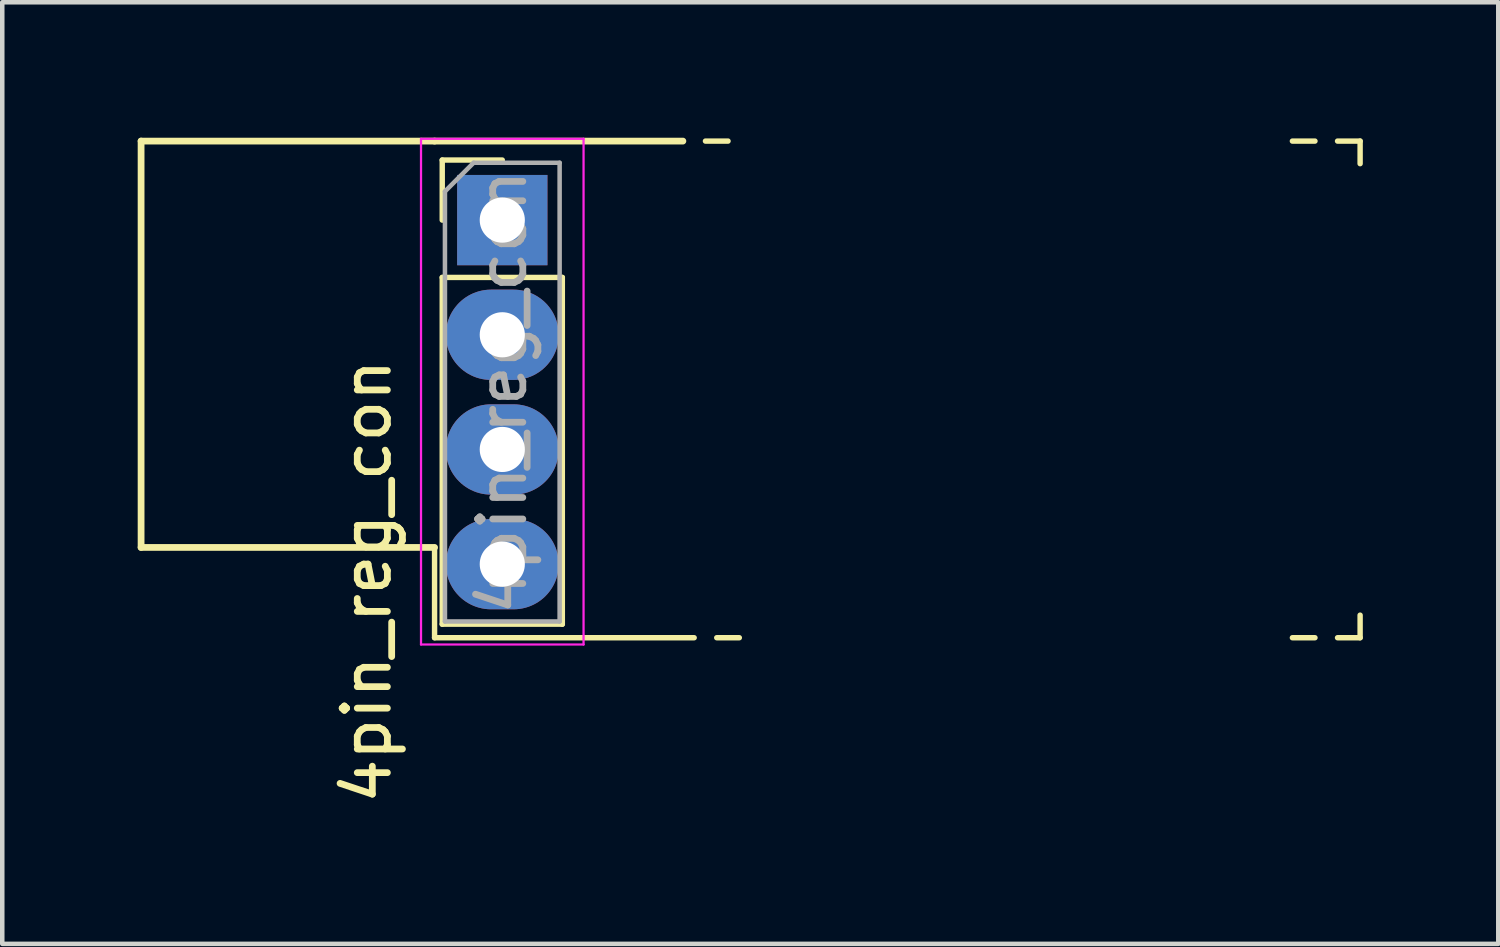
<source format=kicad_pcb>
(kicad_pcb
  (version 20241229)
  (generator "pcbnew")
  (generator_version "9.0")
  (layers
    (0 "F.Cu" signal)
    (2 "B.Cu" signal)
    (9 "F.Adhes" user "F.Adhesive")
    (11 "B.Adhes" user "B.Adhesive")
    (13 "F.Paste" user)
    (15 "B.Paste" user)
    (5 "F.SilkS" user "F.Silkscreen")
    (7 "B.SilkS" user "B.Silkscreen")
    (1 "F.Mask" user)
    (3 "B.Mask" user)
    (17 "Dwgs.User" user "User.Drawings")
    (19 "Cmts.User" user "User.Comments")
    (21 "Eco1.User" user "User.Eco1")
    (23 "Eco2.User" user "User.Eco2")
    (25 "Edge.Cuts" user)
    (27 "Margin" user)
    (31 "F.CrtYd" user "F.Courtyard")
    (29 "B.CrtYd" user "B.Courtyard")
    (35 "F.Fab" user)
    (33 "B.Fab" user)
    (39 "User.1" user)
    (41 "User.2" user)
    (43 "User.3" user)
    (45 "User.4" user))
  (footprint "4pin_reg_con"
    (layer "F.Cu")
    (at 8.075 1.825)
    (property "Reference" "4pin_reg_con" (at -3 8 270) (layer "F.SilkS") (effects (font (size 1 1) (thickness 0.15))))
    (attr through_hole)
    (fp_line (start -8 -1.75) (end -8 7.25) (stroke (width 0.15) (type solid)) (layer "F.SilkS"))
    (fp_line (start -8 7.25) (end -1.5 7.25) (stroke (width 0.15) (type solid)) (layer "F.SilkS"))
    (fp_line (start -1.5 -1.75) (end -8 -1.75) (stroke (width 0.15) (type solid)) (layer "F.SilkS"))
    (fp_line (start -1.5 9.25) (end -1.5 7.25) (stroke (width 0.12) (type solid)) (layer "F.SilkS"))
    (fp_line (start -1.33 -1.33) (end 0 -1.33) (stroke (width 0.12) (type solid)) (layer "F.SilkS"))
    (fp_line (start -1.33 0) (end -1.33 -1.33) (stroke (width 0.12) (type solid)) (layer "F.SilkS"))
    (fp_line (start -1.33 1.27) (end -1.33 8.95) (stroke (width 0.12) (type solid)) (layer "F.SilkS"))
    (fp_line (start -1.33 1.27) (end 1.33 1.27) (stroke (width 0.12) (type solid)) (layer "F.SilkS"))
    (fp_line (start -1.33 8.95) (end 1.33 8.95) (stroke (width 0.12) (type solid)) (layer "F.SilkS"))
    (fp_line (start 1.33 1.27) (end 1.33 8.95) (stroke (width 0.12) (type solid)) (layer "F.SilkS"))
    (fp_line (start 4 -1.75) (end -1.5 -1.75) (stroke (width 0.15) (type solid)) (layer "F.SilkS"))
    (fp_line (start 4.25 9.25) (end -1.5 9.25) (stroke (width 0.12) (type solid)) (layer "F.SilkS"))
    (fp_line (start 4.5 -1.75) (end 5 -1.75) (stroke (width 0.12) (type solid)) (layer "F.SilkS"))
    (fp_line (start 4.75 9.25) (end 5.25 9.25) (stroke (width 0.12) (type solid)) (layer "F.SilkS"))
    (fp_line (start 18 -1.75) (end 17.5 -1.75) (stroke (width 0.12) (type solid)) (layer "F.SilkS"))
    (fp_line (start 18 9.25) (end 17.5 9.25) (stroke (width 0.12) (type solid)) (layer "F.SilkS"))
    (fp_line (start 18.5 -1.75) (end 19 -1.75) (stroke (width 0.12) (type solid)) (layer "F.SilkS"))
    (fp_line (start 19 -1.75) (end 19 -1.25) (stroke (width 0.12) (type solid)) (layer "F.SilkS"))
    (fp_line (start 19 9.25) (end 18.5 9.25) (stroke (width 0.12) (type solid)) (layer "F.SilkS"))
    (fp_line (start 19 9.25) (end 19 8.75) (stroke (width 0.12) (type solid)) (layer "F.SilkS"))
    (fp_line (start -1.8 -1.8) (end -1.8 9.4) (stroke (width 0.05) (type solid)) (layer "F.CrtYd"))
    (fp_line (start -1.8 9.4) (end 1.8 9.4) (stroke (width 0.05) (type solid)) (layer "F.CrtYd"))
    (fp_line (start 1.8 -1.8) (end -1.8 -1.8) (stroke (width 0.05) (type solid)) (layer "F.CrtYd"))
    (fp_line (start 1.8 9.4) (end 1.8 -1.8) (stroke (width 0.05) (type solid)) (layer "F.CrtYd"))
    (fp_line (start -1.27 -0.635) (end -0.635 -1.27) (stroke (width 0.1) (type solid)) (layer "F.Fab"))
    (fp_line (start -1.27 8.89) (end -1.27 -0.635) (stroke (width 0.1) (type solid)) (layer "F.Fab"))
    (fp_line (start -0.635 -1.27) (end 1.27 -1.27) (stroke (width 0.1) (type solid)) (layer "F.Fab"))
    (fp_line (start 1.27 -1.27) (end 1.27 8.89) (stroke (width 0.1) (type solid)) (layer "F.Fab"))
    (fp_line (start 1.27 8.89) (end -1.27 8.89) (stroke (width 0.1) (type solid)) (layer "F.Fab"))
    (fp_text user "${REFERENCE}" (at 0 3.81 90) (layer "F.Fab") (effects (font (size 1 1) (thickness 0.15))))
    (pad "1" thru_hole rect (at 0 0) (size 2 2) (drill 1) (layers "*.Cu" "*.Mask"))
    (pad "2" thru_hole oval (at 0 2.54) (size 2.5 2) (drill 1) (layers "*.Cu" "*.Mask"))
    (pad "3" thru_hole oval (at 0 5.08) (size 2.5 2) (drill 1) (layers "*.Cu" "*.Mask"))
    (pad "4" thru_hole oval (at 0 7.62) (size 2.5 2) (drill 1) (layers "*.Cu" "*.Mask")))
  (gr_rect
    (start -3 -3)
    (end 30.135 17.855)
    (stroke (width 0.1) (type default))
    (fill no)
    (layer "Edge.Cuts")))
</source>
